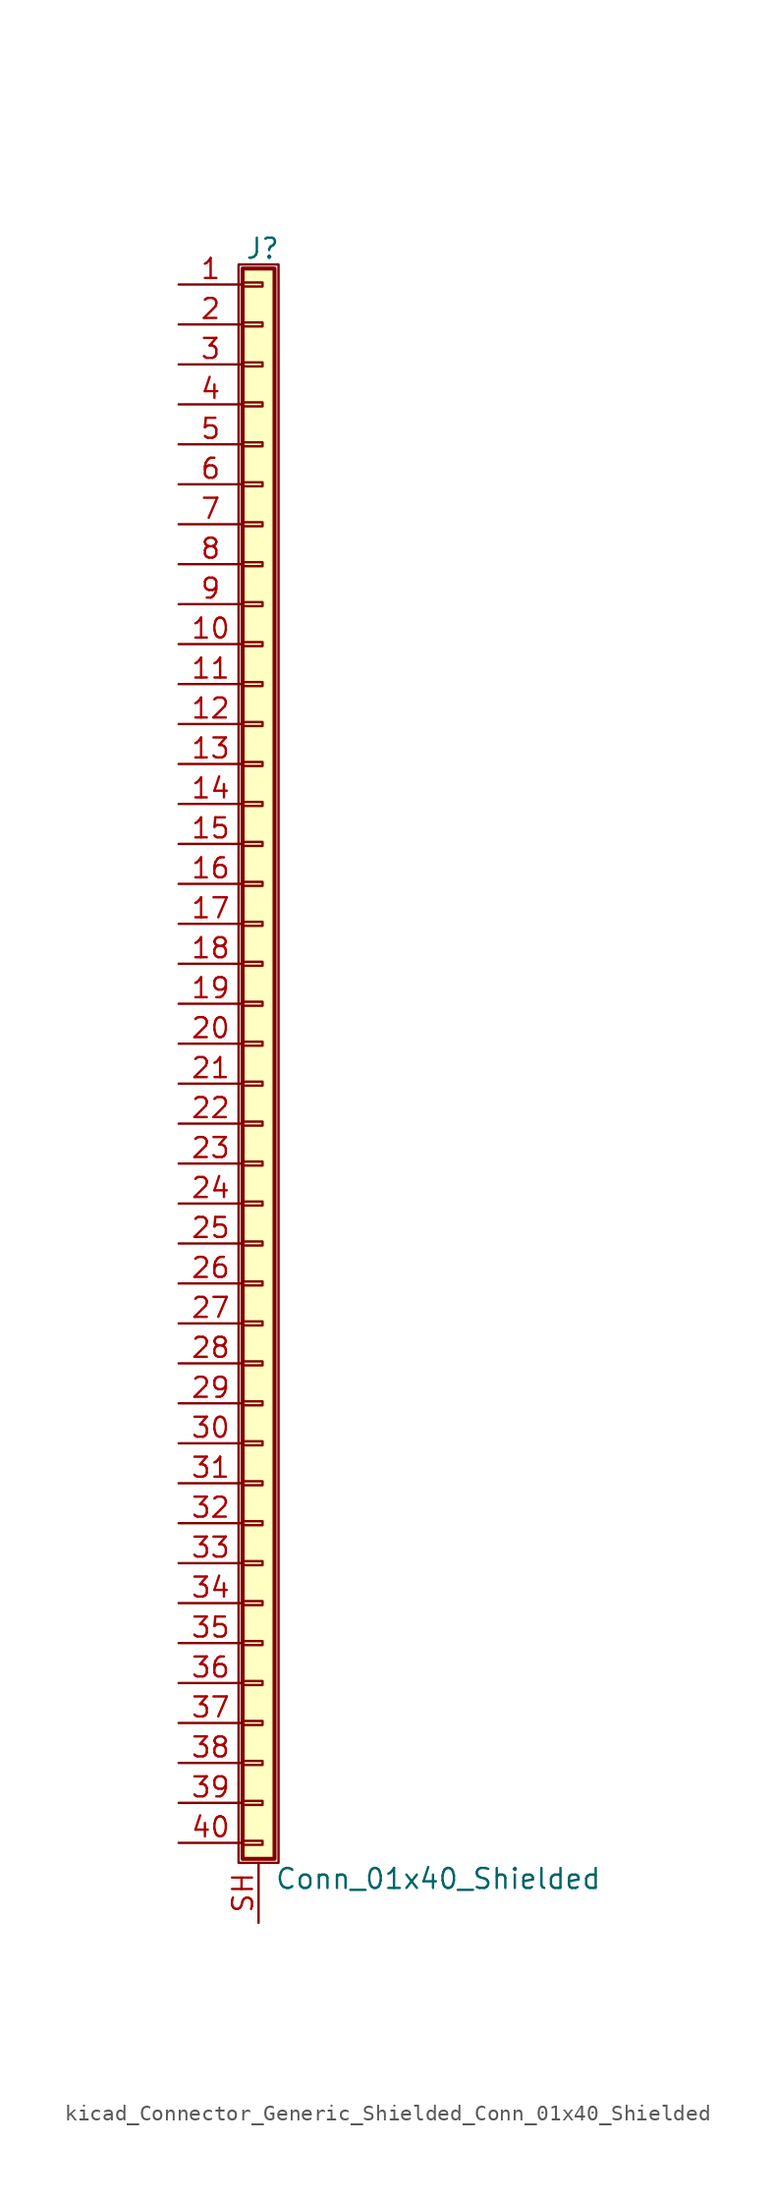
<source format=kicad_sym>
(kicad_symbol_lib
  (version 20220914)
  (generator kicad_symbol_editor)
  (symbol "kicad_Connector_Generic_Shielded_Conn_01x40_Shielded"
    (pin_names
      (offset 1.016) hide)
    (property "Reference" "J"
      (at 0.254 50.546 0)
      (effects (font (size 1.27 1.27))))
    (property "Value" "Conn_01x40_Shielded"
      (at 1.016 -53.086 0)
      (effects (font (size 1.27 1.27)) (justify left)))
    (symbol "kicad_Connector_Generic_Shielded_Conn_01x40_Shielded_1_1"
      (rectangle (start -1.27 49.53) (end 1.27 -52.07) (stroke (width 0.152) (type default)) (fill (type none)))
      (rectangle (start -1.016 -50.673) (end 0.254 -50.927) (stroke (width 0.152) (type default)) (fill (type none)))
      (rectangle (start -1.016 -48.133) (end 0.254 -48.387) (stroke (width 0.152) (type default)) (fill (type none)))
      (rectangle (start -1.016 -45.593) (end 0.254 -45.847) (stroke (width 0.152) (type default)) (fill (type none)))
      (rectangle (start -1.016 -43.053) (end 0.254 -43.307) (stroke (width 0.152) (type default)) (fill (type none)))
      (rectangle (start -1.016 -40.513) (end 0.254 -40.767) (stroke (width 0.152) (type default)) (fill (type none)))
      (rectangle (start -1.016 -37.973) (end 0.254 -38.227) (stroke (width 0.152) (type default)) (fill (type none)))
      (rectangle (start -1.016 -35.433) (end 0.254 -35.687) (stroke (width 0.152) (type default)) (fill (type none)))
      (rectangle (start -1.016 -32.893) (end 0.254 -33.147) (stroke (width 0.152) (type default)) (fill (type none)))
      (rectangle (start -1.016 -30.353) (end 0.254 -30.607) (stroke (width 0.152) (type default)) (fill (type none)))
      (rectangle (start -1.016 -27.813) (end 0.254 -28.067) (stroke (width 0.152) (type default)) (fill (type none)))
      (rectangle (start -1.016 -25.273) (end 0.254 -25.527) (stroke (width 0.152) (type default)) (fill (type none)))
      (rectangle (start -1.016 -22.733) (end 0.254 -22.987) (stroke (width 0.152) (type default)) (fill (type none)))
      (rectangle (start -1.016 -20.193) (end 0.254 -20.447) (stroke (width 0.152) (type default)) (fill (type none)))
      (rectangle (start -1.016 -17.653) (end 0.254 -17.907) (stroke (width 0.152) (type default)) (fill (type none)))
      (rectangle (start -1.016 -15.113) (end 0.254 -15.367) (stroke (width 0.152) (type default)) (fill (type none)))
      (rectangle (start -1.016 -12.573) (end 0.254 -12.827) (stroke (width 0.152) (type default)) (fill (type none)))
      (rectangle (start -1.016 -10.033) (end 0.254 -10.287) (stroke (width 0.152) (type default)) (fill (type none)))
      (rectangle (start -1.016 -7.493) (end 0.254 -7.747) (stroke (width 0.152) (type default)) (fill (type none)))
      (rectangle (start -1.016 -4.953) (end 0.254 -5.207) (stroke (width 0.152) (type default)) (fill (type none)))
      (rectangle (start -1.016 -2.413) (end 0.254 -2.667) (stroke (width 0.152) (type default)) (fill (type none)))
      (rectangle (start -1.016 0.127) (end 0.254 -0.127) (stroke (width 0.152) (type default)) (fill (type none)))
      (rectangle (start -1.016 2.667) (end 0.254 2.413) (stroke (width 0.152) (type default)) (fill (type none)))
      (rectangle (start -1.016 5.207) (end 0.254 4.953) (stroke (width 0.152) (type default)) (fill (type none)))
      (rectangle (start -1.016 7.747) (end 0.254 7.493) (stroke (width 0.152) (type default)) (fill (type none)))
      (rectangle (start -1.016 10.287) (end 0.254 10.033) (stroke (width 0.152) (type default)) (fill (type none)))
      (rectangle (start -1.016 12.827) (end 0.254 12.573) (stroke (width 0.152) (type default)) (fill (type none)))
      (rectangle (start -1.016 15.367) (end 0.254 15.113) (stroke (width 0.152) (type default)) (fill (type none)))
      (rectangle (start -1.016 17.907) (end 0.254 17.653) (stroke (width 0.152) (type default)) (fill (type none)))
      (rectangle (start -1.016 20.447) (end 0.254 20.193) (stroke (width 0.152) (type default)) (fill (type none)))
      (rectangle (start -1.016 22.987) (end 0.254 22.733) (stroke (width 0.152) (type default)) (fill (type none)))
      (rectangle (start -1.016 25.527) (end 0.254 25.273) (stroke (width 0.152) (type default)) (fill (type none)))
      (rectangle (start -1.016 28.067) (end 0.254 27.813) (stroke (width 0.152) (type default)) (fill (type none)))
      (rectangle (start -1.016 30.607) (end 0.254 30.353) (stroke (width 0.152) (type default)) (fill (type none)))
      (rectangle (start -1.016 33.147) (end 0.254 32.893) (stroke (width 0.152) (type default)) (fill (type none)))
      (rectangle (start -1.016 35.687) (end 0.254 35.433) (stroke (width 0.152) (type default)) (fill (type none)))
      (rectangle (start -1.016 38.227) (end 0.254 37.973) (stroke (width 0.152) (type default)) (fill (type none)))
      (rectangle (start -1.016 40.767) (end 0.254 40.513) (stroke (width 0.152) (type default)) (fill (type none)))
      (rectangle (start -1.016 43.307) (end 0.254 43.053) (stroke (width 0.152) (type default)) (fill (type none)))
      (rectangle (start -1.016 45.847) (end 0.254 45.593) (stroke (width 0.152) (type default)) (fill (type none)))
      (rectangle (start -1.016 48.387) (end 0.254 48.133) (stroke (width 0.152) (type default)) (fill (type none)))
      (rectangle (start -1.016 49.276) (end 1.016 -51.816) (stroke (width 0.254) (type default)) (fill (type background)))
      (pin passive line (at -5.08 48.26 0) (length 4.064) (name "Pin_1" (effects (font (size 1.27 1.27)))) (number "1" (effects (font (size 1.27 1.27)))))
      (pin passive line (at -5.08 25.4 0) (length 4.064) (name "Pin_10" (effects (font (size 1.27 1.27)))) (number "10" (effects (font (size 1.27 1.27)))))
      (pin passive line (at -5.08 22.86 0) (length 4.064) (name "Pin_11" (effects (font (size 1.27 1.27)))) (number "11" (effects (font (size 1.27 1.27)))))
      (pin passive line (at -5.08 20.32 0) (length 4.064) (name "Pin_12" (effects (font (size 1.27 1.27)))) (number "12" (effects (font (size 1.27 1.27)))))
      (pin passive line (at -5.08 17.78 0) (length 4.064) (name "Pin_13" (effects (font (size 1.27 1.27)))) (number "13" (effects (font (size 1.27 1.27)))))
      (pin passive line (at -5.08 15.24 0) (length 4.064) (name "Pin_14" (effects (font (size 1.27 1.27)))) (number "14" (effects (font (size 1.27 1.27)))))
      (pin passive line (at -5.08 12.7 0) (length 4.064) (name "Pin_15" (effects (font (size 1.27 1.27)))) (number "15" (effects (font (size 1.27 1.27)))))
      (pin passive line (at -5.08 10.16 0) (length 4.064) (name "Pin_16" (effects (font (size 1.27 1.27)))) (number "16" (effects (font (size 1.27 1.27)))))
      (pin passive line (at -5.08 7.62 0) (length 4.064) (name "Pin_17" (effects (font (size 1.27 1.27)))) (number "17" (effects (font (size 1.27 1.27)))))
      (pin passive line (at -5.08 5.08 0) (length 4.064) (name "Pin_18" (effects (font (size 1.27 1.27)))) (number "18" (effects (font (size 1.27 1.27)))))
      (pin passive line (at -5.08 2.54 0) (length 4.064) (name "Pin_19" (effects (font (size 1.27 1.27)))) (number "19" (effects (font (size 1.27 1.27)))))
      (pin passive line (at -5.08 45.72 0) (length 4.064) (name "Pin_2" (effects (font (size 1.27 1.27)))) (number "2" (effects (font (size 1.27 1.27)))))
      (pin passive line (at -5.08 0 0) (length 4.064) (name "Pin_20" (effects (font (size 1.27 1.27)))) (number "20" (effects (font (size 1.27 1.27)))))
      (pin passive line (at -5.08 -2.54 0) (length 4.064) (name "Pin_21" (effects (font (size 1.27 1.27)))) (number "21" (effects (font (size 1.27 1.27)))))
      (pin passive line (at -5.08 -5.08 0) (length 4.064) (name "Pin_22" (effects (font (size 1.27 1.27)))) (number "22" (effects (font (size 1.27 1.27)))))
      (pin passive line (at -5.08 -7.62 0) (length 4.064) (name "Pin_23" (effects (font (size 1.27 1.27)))) (number "23" (effects (font (size 1.27 1.27)))))
      (pin passive line (at -5.08 -10.16 0) (length 4.064) (name "Pin_24" (effects (font (size 1.27 1.27)))) (number "24" (effects (font (size 1.27 1.27)))))
      (pin passive line (at -5.08 -12.7 0) (length 4.064) (name "Pin_25" (effects (font (size 1.27 1.27)))) (number "25" (effects (font (size 1.27 1.27)))))
      (pin passive line (at -5.08 -15.24 0) (length 4.064) (name "Pin_26" (effects (font (size 1.27 1.27)))) (number "26" (effects (font (size 1.27 1.27)))))
      (pin passive line (at -5.08 -17.78 0) (length 4.064) (name "Pin_27" (effects (font (size 1.27 1.27)))) (number "27" (effects (font (size 1.27 1.27)))))
      (pin passive line (at -5.08 -20.32 0) (length 4.064) (name "Pin_28" (effects (font (size 1.27 1.27)))) (number "28" (effects (font (size 1.27 1.27)))))
      (pin passive line (at -5.08 -22.86 0) (length 4.064) (name "Pin_29" (effects (font (size 1.27 1.27)))) (number "29" (effects (font (size 1.27 1.27)))))
      (pin passive line (at -5.08 43.18 0) (length 4.064) (name "Pin_3" (effects (font (size 1.27 1.27)))) (number "3" (effects (font (size 1.27 1.27)))))
      (pin passive line (at -5.08 -25.4 0) (length 4.064) (name "Pin_30" (effects (font (size 1.27 1.27)))) (number "30" (effects (font (size 1.27 1.27)))))
      (pin passive line (at -5.08 -27.94 0) (length 4.064) (name "Pin_31" (effects (font (size 1.27 1.27)))) (number "31" (effects (font (size 1.27 1.27)))))
      (pin passive line (at -5.08 -30.48 0) (length 4.064) (name "Pin_32" (effects (font (size 1.27 1.27)))) (number "32" (effects (font (size 1.27 1.27)))))
      (pin passive line (at -5.08 -33.02 0) (length 4.064) (name "Pin_33" (effects (font (size 1.27 1.27)))) (number "33" (effects (font (size 1.27 1.27)))))
      (pin passive line (at -5.08 -35.56 0) (length 4.064) (name "Pin_34" (effects (font (size 1.27 1.27)))) (number "34" (effects (font (size 1.27 1.27)))))
      (pin passive line (at -5.08 -38.1 0) (length 4.064) (name "Pin_35" (effects (font (size 1.27 1.27)))) (number "35" (effects (font (size 1.27 1.27)))))
      (pin passive line (at -5.08 -40.64 0) (length 4.064) (name "Pin_36" (effects (font (size 1.27 1.27)))) (number "36" (effects (font (size 1.27 1.27)))))
      (pin passive line (at -5.08 -43.18 0) (length 4.064) (name "Pin_37" (effects (font (size 1.27 1.27)))) (number "37" (effects (font (size 1.27 1.27)))))
      (pin passive line (at -5.08 -45.72 0) (length 4.064) (name "Pin_38" (effects (font (size 1.27 1.27)))) (number "38" (effects (font (size 1.27 1.27)))))
      (pin passive line (at -5.08 -48.26 0) (length 4.064) (name "Pin_39" (effects (font (size 1.27 1.27)))) (number "39" (effects (font (size 1.27 1.27)))))
      (pin passive line (at -5.08 40.64 0) (length 4.064) (name "Pin_4" (effects (font (size 1.27 1.27)))) (number "4" (effects (font (size 1.27 1.27)))))
      (pin passive line (at -5.08 -50.8 0) (length 4.064) (name "Pin_40" (effects (font (size 1.27 1.27)))) (number "40" (effects (font (size 1.27 1.27)))))
      (pin passive line (at -5.08 38.1 0) (length 4.064) (name "Pin_5" (effects (font (size 1.27 1.27)))) (number "5" (effects (font (size 1.27 1.27)))))
      (pin passive line (at -5.08 35.56 0) (length 4.064) (name "Pin_6" (effects (font (size 1.27 1.27)))) (number "6" (effects (font (size 1.27 1.27)))))
      (pin passive line (at -5.08 33.02 0) (length 4.064) (name "Pin_7" (effects (font (size 1.27 1.27)))) (number "7" (effects (font (size 1.27 1.27)))))
      (pin passive line (at -5.08 30.48 0) (length 4.064) (name "Pin_8" (effects (font (size 1.27 1.27)))) (number "8" (effects (font (size 1.27 1.27)))))
      (pin passive line (at -5.08 27.94 0) (length 4.064) (name "Pin_9" (effects (font (size 1.27 1.27)))) (number "9" (effects (font (size 1.27 1.27)))))
      (pin passive line (at 0 -55.88 90) (length 3.81) (name "Shield" (effects (font (size 1.27 1.27)))) (number "SH" (effects (font (size 1.27 1.27))))))))
</source>
